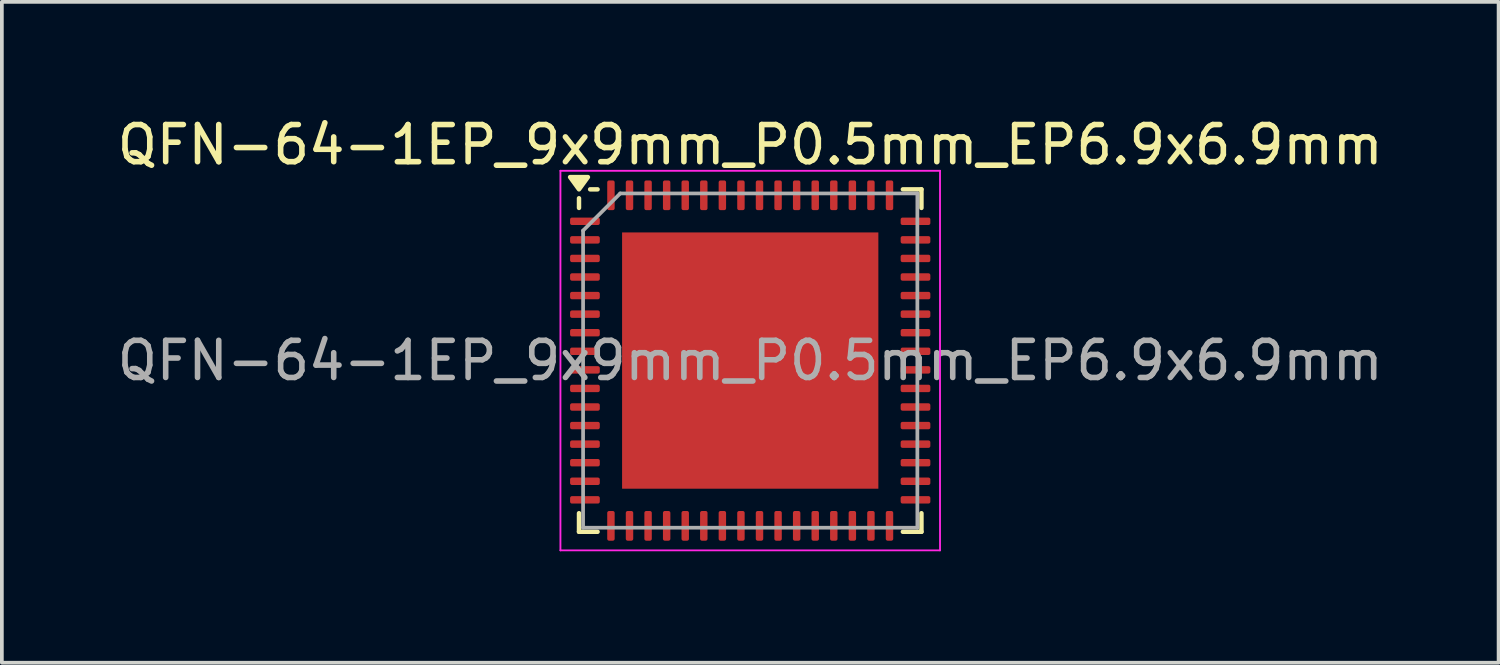
<source format=kicad_pcb>
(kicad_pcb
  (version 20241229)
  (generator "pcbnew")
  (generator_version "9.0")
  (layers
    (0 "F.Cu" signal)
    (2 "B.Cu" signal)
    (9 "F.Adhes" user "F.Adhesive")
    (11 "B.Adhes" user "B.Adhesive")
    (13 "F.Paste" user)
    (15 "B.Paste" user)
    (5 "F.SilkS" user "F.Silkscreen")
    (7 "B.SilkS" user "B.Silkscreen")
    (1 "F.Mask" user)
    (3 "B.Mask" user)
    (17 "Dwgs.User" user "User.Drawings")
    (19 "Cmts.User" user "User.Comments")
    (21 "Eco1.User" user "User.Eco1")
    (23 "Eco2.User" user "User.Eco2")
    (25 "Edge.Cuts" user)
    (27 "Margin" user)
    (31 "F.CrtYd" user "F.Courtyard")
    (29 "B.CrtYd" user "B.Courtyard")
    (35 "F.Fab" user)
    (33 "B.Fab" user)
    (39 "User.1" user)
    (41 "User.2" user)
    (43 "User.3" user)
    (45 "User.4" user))
  (footprint "QFN-64-1EP_9x9mm_P0.5mm_EP6.9x6.9mm"
    (layer "F.Cu")
    (at 17.149 6.658)
    (property "Reference" "QFN-64-1EP_9x9mm_P0.5mm_EP6.9x6.9mm" (at 0 -5.81 0) (layer "F.SilkS") (effects (font (size 1 1) (thickness 0.15))))
    (attr smd)
    (fp_line (start -4.61 -4.11) (end -4.61 -4.37) (stroke (width 0.12) (type solid)) (layer "F.SilkS"))
    (fp_line (start -4.61 4.61) (end -4.61 4.11) (stroke (width 0.12) (type solid)) (layer "F.SilkS"))
    (fp_line (start -4.11 -4.61) (end -4.31 -4.61) (stroke (width 0.12) (type solid)) (layer "F.SilkS"))
    (fp_line (start -4.11 4.61) (end -4.61 4.61) (stroke (width 0.12) (type solid)) (layer "F.SilkS"))
    (fp_line (start 4.11 -4.61) (end 4.61 -4.61) (stroke (width 0.12) (type solid)) (layer "F.SilkS"))
    (fp_line (start 4.11 4.61) (end 4.61 4.61) (stroke (width 0.12) (type solid)) (layer "F.SilkS"))
    (fp_line (start 4.61 -4.61) (end 4.61 -4.11) (stroke (width 0.12) (type solid)) (layer "F.SilkS"))
    (fp_line (start 4.61 4.61) (end 4.61 4.11) (stroke (width 0.12) (type solid)) (layer "F.SilkS"))
    (fp_poly (pts (xy -4.61 -4.61) (xy -4.85 -4.94) (xy -4.37 -4.94) (xy -4.61 -4.61)) (stroke (width 0.12) (type solid)) (fill yes) (layer "F.SilkS"))
    (fp_line (start -5.11 -5.11) (end -5.11 5.11) (stroke (width 0.05) (type solid)) (layer "F.CrtYd"))
    (fp_line (start -5.11 5.11) (end 5.11 5.11) (stroke (width 0.05) (type solid)) (layer "F.CrtYd"))
    (fp_line (start 5.11 -5.11) (end -5.11 -5.11) (stroke (width 0.05) (type solid)) (layer "F.CrtYd"))
    (fp_line (start 5.11 5.11) (end 5.11 -5.11) (stroke (width 0.05) (type solid)) (layer "F.CrtYd"))
    (fp_line (start -4.5 -3.5) (end -3.5 -4.5) (stroke (width 0.1) (type solid)) (layer "F.Fab"))
    (fp_line (start -4.5 4.5) (end -4.5 -3.5) (stroke (width 0.1) (type solid)) (layer "F.Fab"))
    (fp_line (start -3.5 -4.5) (end 4.5 -4.5) (stroke (width 0.1) (type solid)) (layer "F.Fab"))
    (fp_line (start 4.5 -4.5) (end 4.5 4.5) (stroke (width 0.1) (type solid)) (layer "F.Fab"))
    (fp_line (start 4.5 4.5) (end -4.5 4.5) (stroke (width 0.1) (type solid)) (layer "F.Fab"))
    (fp_text user "${REFERENCE}" (at 0 0 0) (layer "F.Fab") (effects (font (size 1 1) (thickness 0.15))))
    (pad "" smd roundrect (at -1.725 -1.725) (size 2.78 2.78) (layers "F.Paste") (roundrect_rratio 0.09))
    (pad "" smd roundrect (at -1.725 1.725) (size 2.78 2.78) (layers "F.Paste") (roundrect_rratio 0.09))
    (pad "" smd roundrect (at 1.725 -1.725) (size 2.78 2.78) (layers "F.Paste") (roundrect_rratio 0.09))
    (pad "" smd roundrect (at 1.725 1.725) (size 2.78 2.78) (layers "F.Paste") (roundrect_rratio 0.09))
    (pad "1" smd roundrect (at -4.45 -3.75) (size 0.8 0.2) (layers "F.Cu" "F.Mask" "F.Paste") (roundrect_rratio 0.25))
    (pad "2" smd roundrect (at -4.45 -3.25) (size 0.8 0.2) (layers "F.Cu" "F.Mask" "F.Paste") (roundrect_rratio 0.25))
    (pad "3" smd roundrect (at -4.45 -2.75) (size 0.8 0.2) (layers "F.Cu" "F.Mask" "F.Paste") (roundrect_rratio 0.25))
    (pad "4" smd roundrect (at -4.45 -2.25) (size 0.8 0.2) (layers "F.Cu" "F.Mask" "F.Paste") (roundrect_rratio 0.25))
    (pad "5" smd roundrect (at -4.45 -1.75) (size 0.8 0.2) (layers "F.Cu" "F.Mask" "F.Paste") (roundrect_rratio 0.25))
    (pad "6" smd roundrect (at -4.45 -1.25) (size 0.8 0.2) (layers "F.Cu" "F.Mask" "F.Paste") (roundrect_rratio 0.25))
    (pad "7" smd roundrect (at -4.45 -0.75) (size 0.8 0.2) (layers "F.Cu" "F.Mask" "F.Paste") (roundrect_rratio 0.25))
    (pad "8" smd roundrect (at -4.45 -0.25) (size 0.8 0.2) (layers "F.Cu" "F.Mask" "F.Paste") (roundrect_rratio 0.25))
    (pad "9" smd roundrect (at -4.45 0.25) (size 0.8 0.2) (layers "F.Cu" "F.Mask" "F.Paste") (roundrect_rratio 0.25))
    (pad "10" smd roundrect (at -4.45 0.75) (size 0.8 0.2) (layers "F.Cu" "F.Mask" "F.Paste") (roundrect_rratio 0.25))
    (pad "11" smd roundrect (at -4.45 1.25) (size 0.8 0.2) (layers "F.Cu" "F.Mask" "F.Paste") (roundrect_rratio 0.25))
    (pad "12" smd roundrect (at -4.45 1.75) (size 0.8 0.2) (layers "F.Cu" "F.Mask" "F.Paste") (roundrect_rratio 0.25))
    (pad "13" smd roundrect (at -4.45 2.25) (size 0.8 0.2) (layers "F.Cu" "F.Mask" "F.Paste") (roundrect_rratio 0.25))
    (pad "14" smd roundrect (at -4.45 2.75) (size 0.8 0.2) (layers "F.Cu" "F.Mask" "F.Paste") (roundrect_rratio 0.25))
    (pad "15" smd roundrect (at -4.45 3.25) (size 0.8 0.2) (layers "F.Cu" "F.Mask" "F.Paste") (roundrect_rratio 0.25))
    (pad "16" smd roundrect (at -4.45 3.75) (size 0.8 0.2) (layers "F.Cu" "F.Mask" "F.Paste") (roundrect_rratio 0.25))
    (pad "17" smd roundrect (at -3.75 4.45) (size 0.2 0.8) (layers "F.Cu" "F.Mask" "F.Paste") (roundrect_rratio 0.25))
    (pad "18" smd roundrect (at -3.25 4.45) (size 0.2 0.8) (layers "F.Cu" "F.Mask" "F.Paste") (roundrect_rratio 0.25))
    (pad "19" smd roundrect (at -2.75 4.45) (size 0.2 0.8) (layers "F.Cu" "F.Mask" "F.Paste") (roundrect_rratio 0.25))
    (pad "20" smd roundrect (at -2.25 4.45) (size 0.2 0.8) (layers "F.Cu" "F.Mask" "F.Paste") (roundrect_rratio 0.25))
    (pad "21" smd roundrect (at -1.75 4.45) (size 0.2 0.8) (layers "F.Cu" "F.Mask" "F.Paste") (roundrect_rratio 0.25))
    (pad "22" smd roundrect (at -1.25 4.45) (size 0.2 0.8) (layers "F.Cu" "F.Mask" "F.Paste") (roundrect_rratio 0.25))
    (pad "23" smd roundrect (at -0.75 4.45) (size 0.2 0.8) (layers "F.Cu" "F.Mask" "F.Paste") (roundrect_rratio 0.25))
    (pad "24" smd roundrect (at -0.25 4.45) (size 0.2 0.8) (layers "F.Cu" "F.Mask" "F.Paste") (roundrect_rratio 0.25))
    (pad "25" smd roundrect (at 0.25 4.45) (size 0.2 0.8) (layers "F.Cu" "F.Mask" "F.Paste") (roundrect_rratio 0.25))
    (pad "26" smd roundrect (at 0.75 4.45) (size 0.2 0.8) (layers "F.Cu" "F.Mask" "F.Paste") (roundrect_rratio 0.25))
    (pad "27" smd roundrect (at 1.25 4.45) (size 0.2 0.8) (layers "F.Cu" "F.Mask" "F.Paste") (roundrect_rratio 0.25))
    (pad "28" smd roundrect (at 1.75 4.45) (size 0.2 0.8) (layers "F.Cu" "F.Mask" "F.Paste") (roundrect_rratio 0.25))
    (pad "29" smd roundrect (at 2.25 4.45) (size 0.2 0.8) (layers "F.Cu" "F.Mask" "F.Paste") (roundrect_rratio 0.25))
    (pad "30" smd roundrect (at 2.75 4.45) (size 0.2 0.8) (layers "F.Cu" "F.Mask" "F.Paste") (roundrect_rratio 0.25))
    (pad "31" smd roundrect (at 3.25 4.45) (size 0.2 0.8) (layers "F.Cu" "F.Mask" "F.Paste") (roundrect_rratio 0.25))
    (pad "32" smd roundrect (at 3.75 4.45) (size 0.2 0.8) (layers "F.Cu" "F.Mask" "F.Paste") (roundrect_rratio 0.25))
    (pad "33" smd roundrect (at 4.45 3.75) (size 0.8 0.2) (layers "F.Cu" "F.Mask" "F.Paste") (roundrect_rratio 0.25))
    (pad "34" smd roundrect (at 4.45 3.25) (size 0.8 0.2) (layers "F.Cu" "F.Mask" "F.Paste") (roundrect_rratio 0.25))
    (pad "35" smd roundrect (at 4.45 2.75) (size 0.8 0.2) (layers "F.Cu" "F.Mask" "F.Paste") (roundrect_rratio 0.25))
    (pad "36" smd roundrect (at 4.45 2.25) (size 0.8 0.2) (layers "F.Cu" "F.Mask" "F.Paste") (roundrect_rratio 0.25))
    (pad "37" smd roundrect (at 4.45 1.75) (size 0.8 0.2) (layers "F.Cu" "F.Mask" "F.Paste") (roundrect_rratio 0.25))
    (pad "38" smd roundrect (at 4.45 1.25) (size 0.8 0.2) (layers "F.Cu" "F.Mask" "F.Paste") (roundrect_rratio 0.25))
    (pad "39" smd roundrect (at 4.45 0.75) (size 0.8 0.2) (layers "F.Cu" "F.Mask" "F.Paste") (roundrect_rratio 0.25))
    (pad "40" smd roundrect (at 4.45 0.25) (size 0.8 0.2) (layers "F.Cu" "F.Mask" "F.Paste") (roundrect_rratio 0.25))
    (pad "41" smd roundrect (at 4.45 -0.25) (size 0.8 0.2) (layers "F.Cu" "F.Mask" "F.Paste") (roundrect_rratio 0.25))
    (pad "42" smd roundrect (at 4.45 -0.75) (size 0.8 0.2) (layers "F.Cu" "F.Mask" "F.Paste") (roundrect_rratio 0.25))
    (pad "43" smd roundrect (at 4.45 -1.25) (size 0.8 0.2) (layers "F.Cu" "F.Mask" "F.Paste") (roundrect_rratio 0.25))
    (pad "44" smd roundrect (at 4.45 -1.75) (size 0.8 0.2) (layers "F.Cu" "F.Mask" "F.Paste") (roundrect_rratio 0.25))
    (pad "45" smd roundrect (at 4.45 -2.25) (size 0.8 0.2) (layers "F.Cu" "F.Mask" "F.Paste") (roundrect_rratio 0.25))
    (pad "46" smd roundrect (at 4.45 -2.75) (size 0.8 0.2) (layers "F.Cu" "F.Mask" "F.Paste") (roundrect_rratio 0.25))
    (pad "47" smd roundrect (at 4.45 -3.25) (size 0.8 0.2) (layers "F.Cu" "F.Mask" "F.Paste") (roundrect_rratio 0.25))
    (pad "48" smd roundrect (at 4.45 -3.75) (size 0.8 0.2) (layers "F.Cu" "F.Mask" "F.Paste") (roundrect_rratio 0.25))
    (pad "49" smd roundrect (at 3.75 -4.45) (size 0.2 0.8) (layers "F.Cu" "F.Mask" "F.Paste") (roundrect_rratio 0.25))
    (pad "50" smd roundrect (at 3.25 -4.45) (size 0.2 0.8) (layers "F.Cu" "F.Mask" "F.Paste") (roundrect_rratio 0.25))
    (pad "51" smd roundrect (at 2.75 -4.45) (size 0.2 0.8) (layers "F.Cu" "F.Mask" "F.Paste") (roundrect_rratio 0.25))
    (pad "52" smd roundrect (at 2.25 -4.45) (size 0.2 0.8) (layers "F.Cu" "F.Mask" "F.Paste") (roundrect_rratio 0.25))
    (pad "53" smd roundrect (at 1.75 -4.45) (size 0.2 0.8) (layers "F.Cu" "F.Mask" "F.Paste") (roundrect_rratio 0.25))
    (pad "54" smd roundrect (at 1.25 -4.45) (size 0.2 0.8) (layers "F.Cu" "F.Mask" "F.Paste") (roundrect_rratio 0.25))
    (pad "55" smd roundrect (at 0.75 -4.45) (size 0.2 0.8) (layers "F.Cu" "F.Mask" "F.Paste") (roundrect_rratio 0.25))
    (pad "56" smd roundrect (at 0.25 -4.45) (size 0.2 0.8) (layers "F.Cu" "F.Mask" "F.Paste") (roundrect_rratio 0.25))
    (pad "57" smd roundrect (at -0.25 -4.45) (size 0.2 0.8) (layers "F.Cu" "F.Mask" "F.Paste") (roundrect_rratio 0.25))
    (pad "58" smd roundrect (at -0.75 -4.45) (size 0.2 0.8) (layers "F.Cu" "F.Mask" "F.Paste") (roundrect_rratio 0.25))
    (pad "59" smd roundrect (at -1.25 -4.45) (size 0.2 0.8) (layers "F.Cu" "F.Mask" "F.Paste") (roundrect_rratio 0.25))
    (pad "60" smd roundrect (at -1.75 -4.45) (size 0.2 0.8) (layers "F.Cu" "F.Mask" "F.Paste") (roundrect_rratio 0.25))
    (pad "61" smd roundrect (at -2.25 -4.45) (size 0.2 0.8) (layers "F.Cu" "F.Mask" "F.Paste") (roundrect_rratio 0.25))
    (pad "62" smd roundrect (at -2.75 -4.45) (size 0.2 0.8) (layers "F.Cu" "F.Mask" "F.Paste") (roundrect_rratio 0.25))
    (pad "63" smd roundrect (at -3.25 -4.45) (size 0.2 0.8) (layers "F.Cu" "F.Mask" "F.Paste") (roundrect_rratio 0.25))
    (pad "64" smd roundrect (at -3.75 -4.45) (size 0.2 0.8) (layers "F.Cu" "F.Mask" "F.Paste") (roundrect_rratio 0.25))
    (pad "65" smd rect (at 0 0) (size 6.9 6.9) (property pad_prop_heatsink) (layers "F.Cu" "F.Mask")))
  (gr_rect
    (start -3 -3)
    (end 37.298 14.793)
    (stroke (width 0.1) (type default))
    (fill no)
    (layer "Edge.Cuts")))
</source>
